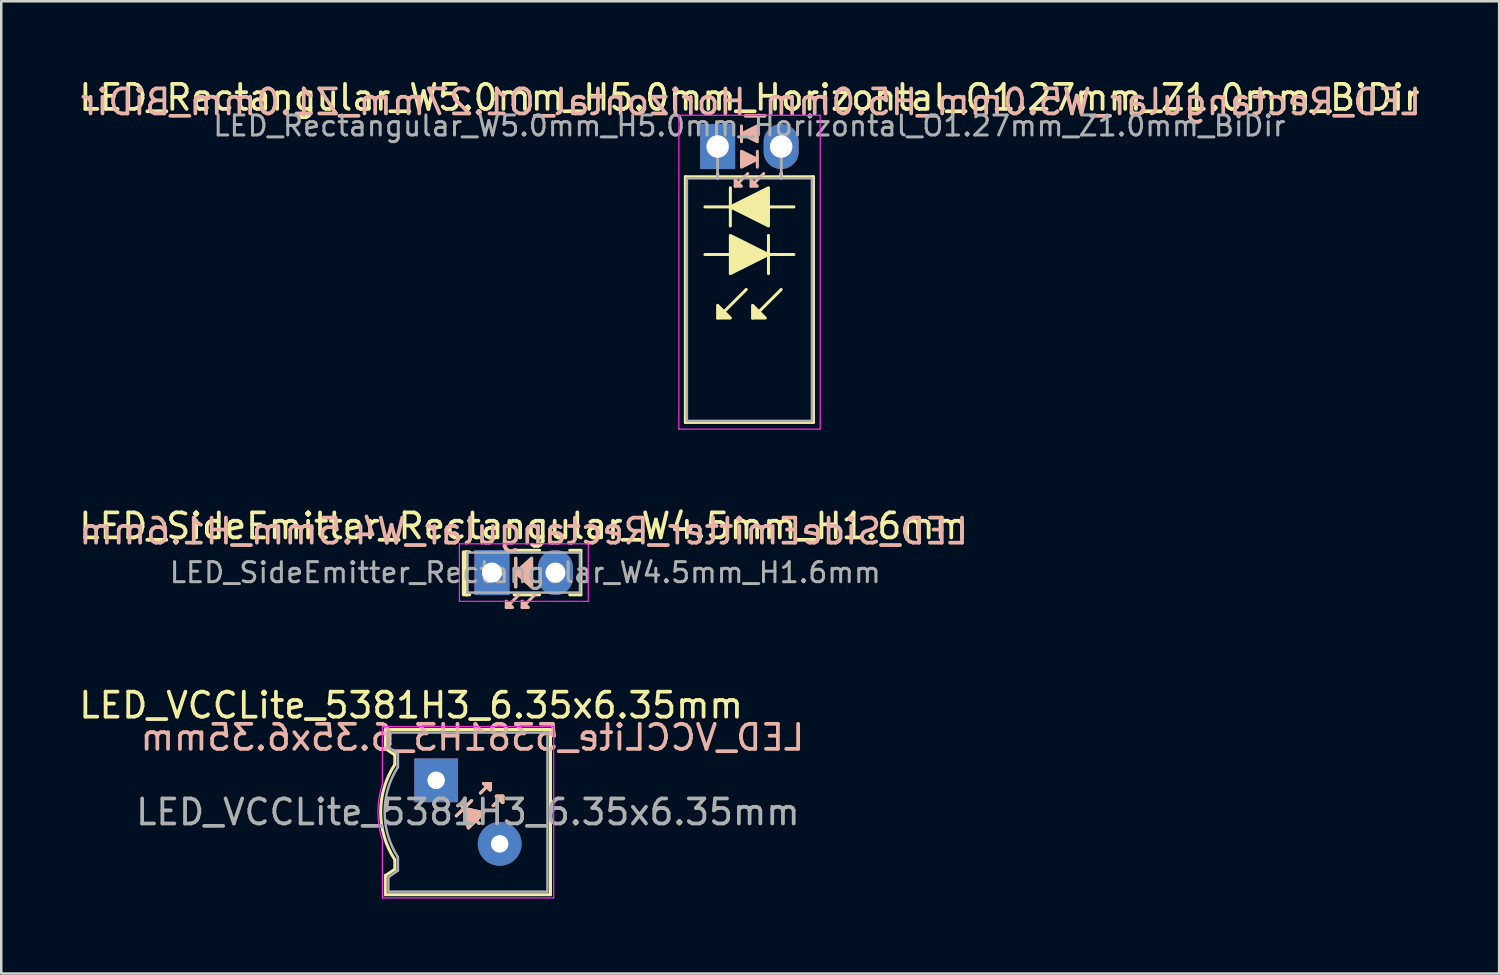
<source format=kicad_pcb>
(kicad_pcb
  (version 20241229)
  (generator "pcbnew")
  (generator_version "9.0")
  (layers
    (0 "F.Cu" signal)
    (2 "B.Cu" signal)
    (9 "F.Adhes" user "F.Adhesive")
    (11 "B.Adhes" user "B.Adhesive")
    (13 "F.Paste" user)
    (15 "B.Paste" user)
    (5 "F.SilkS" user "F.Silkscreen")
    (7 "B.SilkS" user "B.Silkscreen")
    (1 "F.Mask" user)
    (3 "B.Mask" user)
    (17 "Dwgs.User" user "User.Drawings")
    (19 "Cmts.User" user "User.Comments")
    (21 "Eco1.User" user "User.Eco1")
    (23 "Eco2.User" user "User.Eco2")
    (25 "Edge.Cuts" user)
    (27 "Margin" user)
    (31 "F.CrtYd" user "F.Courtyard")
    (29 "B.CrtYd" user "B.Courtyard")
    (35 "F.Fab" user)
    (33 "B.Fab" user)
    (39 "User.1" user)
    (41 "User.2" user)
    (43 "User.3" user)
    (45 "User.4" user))
  (footprint "LED_VCCLite_5381H3_6.35x6.35mm"
    (layer "F.Cu")
    (at 14.387 28.147)
    (property "Reference" "LED_VCCLite_5381H3_6.35x6.35mm" (at -1 -3 0) (layer "F.SilkS") (effects (font (size 1 1) (thickness 0.15))))
    (fp_line (start -2.032 -2.032) (end -2.032 -1.27) (stroke (width 0.12) (type solid)) (layer "F.SilkS"))
    (fp_line (start -2.032 -1.27) (end -1.651 -1.016) (stroke (width 0.12) (type solid)) (layer "F.SilkS"))
    (fp_line (start -2.032 4.572) (end -2.032 3.81) (stroke (width 0.12) (type solid)) (layer "F.SilkS"))
    (fp_line (start -1.651 -1.016) (end -1.651 -0.635) (stroke (width 0.12) (type solid)) (layer "F.SilkS"))
    (fp_line (start -1.651 3.556) (end -2.032 3.81) (stroke (width 0.12) (type solid)) (layer "F.SilkS"))
    (fp_line (start -1.651 3.556) (end -1.651 3.175) (stroke (width 0.12) (type solid)) (layer "F.SilkS"))
    (fp_line (start 1.016 1.016) (end 1.727 1.727) (stroke (width 0.12) (type solid)) (layer "F.SilkS"))
    (fp_line (start 1.118 1.118) (end 0.813 1.422) (stroke (width 0.12) (type solid)) (layer "F.SilkS"))
    (fp_line (start 1.118 1.118) (end 1.422 0.813) (stroke (width 0.12) (type solid)) (layer "F.SilkS"))
    (fp_line (start 1.778 0.508) (end 2.159 0.127) (stroke (width 0.12) (type solid)) (layer "F.SilkS"))
    (fp_line (start 2.159 0.127) (end 1.905 0.127) (stroke (width 0.12) (type solid)) (layer "F.SilkS"))
    (fp_line (start 2.159 0.127) (end 2.159 0.381) (stroke (width 0.12) (type solid)) (layer "F.SilkS"))
    (fp_line (start 2.286 1.016) (end 2.667 0.635) (stroke (width 0.12) (type solid)) (layer "F.SilkS"))
    (fp_line (start 2.667 0.635) (end 2.413 0.635) (stroke (width 0.12) (type solid)) (layer "F.SilkS"))
    (fp_line (start 2.667 0.635) (end 2.667 0.889) (stroke (width 0.12) (type solid)) (layer "F.SilkS"))
    (fp_line (start 4.572 -2.032) (end -2.032 -2.032) (stroke (width 0.12) (type solid)) (layer "F.SilkS"))
    (fp_line (start 4.572 4.572) (end -2.032 4.572) (stroke (width 0.12) (type solid)) (layer "F.SilkS"))
    (fp_line (start 4.572 4.572) (end 4.572 -2.032) (stroke (width 0.12) (type solid)) (layer "F.SilkS"))
    (fp_arc (start -1.651753 3.173843) (mid -2.2173 1.26931) (end -1.650999 -0.634999) (stroke (width 0.12) (type solid)) (layer "F.SilkS"))
    (fp_poly (pts (xy 1.905 1.295) (xy 1.295 1.905) (xy 1.118 1.118)) (stroke (width 0.12) (type solid)) (fill yes) (layer "F.SilkS"))
    (fp_poly (pts (xy 2.159 0.381) (xy 1.905 0.127) (xy 2.159 0.127)) (stroke (width 0.12) (type solid)) (fill yes) (layer "F.SilkS"))
    (fp_poly (pts (xy 2.667 0.889) (xy 2.413 0.635) (xy 2.667 0.635)) (stroke (width 0.12) (type solid)) (fill yes) (layer "F.SilkS"))
    (fp_line (start 1.003 1.016) (end 1.714 1.727) (stroke (width 0.12) (type solid)) (layer "B.SilkS"))
    (fp_line (start 1.105 1.118) (end 0.8 1.422) (stroke (width 0.12) (type solid)) (layer "B.SilkS"))
    (fp_line (start 1.105 1.118) (end 1.41 0.813) (stroke (width 0.12) (type solid)) (layer "B.SilkS"))
    (fp_line (start 1.765 0.508) (end 2.146 0.127) (stroke (width 0.12) (type solid)) (layer "B.SilkS"))
    (fp_line (start 2.146 0.127) (end 1.892 0.127) (stroke (width 0.12) (type solid)) (layer "B.SilkS"))
    (fp_line (start 2.146 0.127) (end 2.146 0.381) (stroke (width 0.12) (type solid)) (layer "B.SilkS"))
    (fp_line (start 2.273 1.016) (end 2.654 0.635) (stroke (width 0.12) (type solid)) (layer "B.SilkS"))
    (fp_line (start 2.654 0.635) (end 2.4 0.635) (stroke (width 0.12) (type solid)) (layer "B.SilkS"))
    (fp_line (start 2.654 0.635) (end 2.654 0.889) (stroke (width 0.12) (type solid)) (layer "B.SilkS"))
    (fp_poly (pts (xy 1.892 1.295) (xy 1.283 1.905) (xy 1.105 1.118)) (stroke (width 0.12) (type solid)) (fill yes) (layer "B.SilkS"))
    (fp_poly (pts (xy 2.146 0.381) (xy 1.892 0.127) (xy 2.146 0.127)) (stroke (width 0.12) (type solid)) (fill yes) (layer "B.SilkS"))
    (fp_poly (pts (xy 2.654 0.889) (xy 2.4 0.635) (xy 2.654 0.635)) (stroke (width 0.12) (type solid)) (fill yes) (layer "B.SilkS"))
    (fp_line (start -2.15 -2.15) (end -2.15 0.15) (stroke (width 0.05) (type solid)) (layer "F.CrtYd"))
    (fp_line (start -2.15 -2.15) (end 4.7 -2.15) (stroke (width 0.05) (type solid)) (layer "F.CrtYd"))
    (fp_line (start -2.15 4.7) (end -2.15 2.4) (stroke (width 0.05) (type solid)) (layer "F.CrtYd"))
    (fp_line (start 4.7 -2.15) (end 4.7 4.7) (stroke (width 0.05) (type solid)) (layer "F.CrtYd"))
    (fp_line (start 4.7 4.7) (end -2.15 4.7) (stroke (width 0.05) (type solid)) (layer "F.CrtYd"))
    (fp_arc (start -2.147033 2.39902) (mid -2.328719 1.274748) (end -2.15 0.15) (stroke (width 0.05) (type solid)) (layer "F.CrtYd"))
    (fp_line (start -1.91 -1.91) (end -1.91 -1.33) (stroke (width 0.1) (type solid)) (layer "F.Fab"))
    (fp_line (start -1.91 -1.91) (end 4.45 -1.91) (stroke (width 0.1) (type solid)) (layer "F.Fab"))
    (fp_line (start -1.91 -1.33) (end -1.53 -1.07) (stroke (width 0.1) (type solid)) (layer "F.Fab"))
    (fp_line (start -1.91 3.87) (end -1.53 3.61) (stroke (width 0.1) (type solid)) (layer "F.Fab"))
    (fp_line (start -1.91 4.45) (end -1.91 3.87) (stroke (width 0.1) (type solid)) (layer "F.Fab"))
    (fp_line (start -1.53 -1.07) (end -1.53 -0.53) (stroke (width 0.1) (type solid)) (layer "F.Fab"))
    (fp_line (start -1.53 3.61) (end -1.53 3.07) (stroke (width 0.1) (type solid)) (layer "F.Fab"))
    (fp_line (start 4.45 -1.91) (end 4.45 4.45) (stroke (width 0.1) (type solid)) (layer "F.Fab"))
    (fp_line (start 4.45 4.45) (end -1.91 4.45) (stroke (width 0.1) (type solid)) (layer "F.Fab"))
    (fp_arc (start -1.538265 3.057078) (mid -2.058655 1.26233) (end -1.53 -0.53) (stroke (width 0.1) (type solid)) (layer "F.Fab"))
    (fp_text user "${REFERENCE}" (at 1.448 -1.714 0) (layer "B.SilkS") (effects (font (size 1 1) (thickness 0.15)) (justify mirror)))
    (fp_text user "${REFERENCE}" (at 1.27 1.27 0) (layer "F.Fab") (effects (font (size 1 1) (thickness 0.15))))
    (pad "1" thru_hole rect (at 0 0 270) (size 1.75 1.75) (drill 0.7) (layers "*.Cu" "*.Mask"))
    (pad "2" thru_hole circle (at 2.54 2.54 270) (size 1.75 1.75) (drill 0.7) (layers "*.Cu" "*.Mask")))
  (footprint "LED_Rectangular_W5.0mm_H5.0mm_Horizontal_O1.27mm_Z1.0mm_BiDir"
    (layer "F.Cu")
    (at 25.641 2.808)
    (property "Reference" "LED_Rectangular_W5.0mm_H5.0mm_Horizontal_O1.27mm_Z1.0mm_BiDir" (at 1.27 -1.96 0) (layer "F.SilkS") (effects (font (size 1 1) (thickness 0.15))))
    (fp_line (start -1.29 1.21) (end -1.29 11.03) (stroke (width 0.12) (type solid)) (layer "F.SilkS"))
    (fp_line (start -1.29 11.03) (end 3.83 11.03) (stroke (width 0.12) (type solid)) (layer "F.SilkS"))
    (fp_line (start -0.508 4.318) (end 0.508 4.318) (stroke (width 0.12) (type solid)) (layer "F.SilkS"))
    (fp_line (start 0 1.08) (end 0 1.08) (stroke (width 0.12) (type solid)) (layer "F.SilkS"))
    (fp_line (start 0 1.08) (end 0 1.21) (stroke (width 0.12) (type solid)) (layer "F.SilkS"))
    (fp_line (start 0 1.21) (end 0 1.08) (stroke (width 0.12) (type solid)) (layer "F.SilkS"))
    (fp_line (start 0 1.21) (end 0 1.21) (stroke (width 0.12) (type solid)) (layer "F.SilkS"))
    (fp_line (start 0.508 1.651) (end 0.508 3.175) (stroke (width 0.12) (type solid)) (layer "F.SilkS"))
    (fp_line (start 0.508 2.413) (end -0.508 2.413) (stroke (width 0.12) (type solid)) (layer "F.SilkS"))
    (fp_line (start 1.143 5.715) (end 0 6.858) (stroke (width 0.12) (type solid)) (layer "F.SilkS"))
    (fp_line (start 2.032 4.318) (end 3.048 4.318) (stroke (width 0.12) (type solid)) (layer "F.SilkS"))
    (fp_line (start 2.032 5.08) (end 2.032 3.556) (stroke (width 0.12) (type solid)) (layer "F.SilkS"))
    (fp_line (start 2.54 1.08) (end 2.54 1.08) (stroke (width 0.12) (type solid)) (layer "F.SilkS"))
    (fp_line (start 2.54 1.08) (end 2.54 1.21) (stroke (width 0.12) (type solid)) (layer "F.SilkS"))
    (fp_line (start 2.54 1.21) (end 2.54 1.08) (stroke (width 0.12) (type solid)) (layer "F.SilkS"))
    (fp_line (start 2.54 1.21) (end 2.54 1.21) (stroke (width 0.12) (type solid)) (layer "F.SilkS"))
    (fp_line (start 2.54 5.715) (end 1.397 6.858) (stroke (width 0.12) (type solid)) (layer "F.SilkS"))
    (fp_line (start 3.048 2.413) (end 2.032 2.413) (stroke (width 0.12) (type solid)) (layer "F.SilkS"))
    (fp_line (start 3.83 1.21) (end -1.29 1.21) (stroke (width 0.12) (type solid)) (layer "F.SilkS"))
    (fp_line (start 3.83 11.03) (end 3.83 1.21) (stroke (width 0.12) (type solid)) (layer "F.SilkS"))
    (fp_poly (pts (xy 0 6.35) (xy 0.508 6.858) (xy 0 6.858)) (stroke (width 0.12) (type solid)) (fill yes) (layer "F.SilkS"))
    (fp_poly (pts (xy 0.508 3.556) (xy 2.032 4.318) (xy 0.508 5.08)) (stroke (width 0.12) (type solid)) (fill yes) (layer "F.SilkS"))
    (fp_poly (pts (xy 1.397 6.35) (xy 1.905 6.858) (xy 1.397 6.858)) (stroke (width 0.12) (type solid)) (fill yes) (layer "F.SilkS"))
    (fp_poly (pts (xy 2.032 3.175) (xy 0.508 2.413) (xy 2.032 1.651)) (stroke (width 0.12) (type solid)) (fill yes) (layer "F.SilkS"))
    (fp_line (start 0.953 -0.826) (end 0.953 -0.191) (stroke (width 0.12) (type solid)) (layer "B.SilkS"))
    (fp_line (start 1.206 1.079) (end 0.699 1.587) (stroke (width 0.12) (type solid)) (layer "B.SilkS"))
    (fp_line (start 1.587 0.826) (end 1.587 0.191) (stroke (width 0.12) (type solid)) (layer "B.SilkS"))
    (fp_line (start 1.841 1.079) (end 1.333 1.587) (stroke (width 0.12) (type solid)) (layer "B.SilkS"))
    (fp_poly (pts (xy 0.699 1.333) (xy 0.953 1.587) (xy 0.699 1.587)) (stroke (width 0.12) (type solid)) (fill yes) (layer "B.SilkS"))
    (fp_poly (pts (xy 0.953 0.191) (xy 1.587 0.508) (xy 0.953 0.826)) (stroke (width 0.12) (type solid)) (fill yes) (layer "B.SilkS"))
    (fp_poly (pts (xy 1.333 1.333) (xy 1.587 1.587) (xy 1.333 1.587)) (stroke (width 0.12) (type solid)) (fill yes) (layer "B.SilkS"))
    (fp_poly (pts (xy 1.587 -0.191) (xy 0.953 -0.508) (xy 1.587 -0.826)) (stroke (width 0.12) (type solid)) (fill yes) (layer "B.SilkS"))
    (fp_line (start -1.55 -1.25) (end -1.55 11.3) (stroke (width 0.05) (type solid)) (layer "F.CrtYd"))
    (fp_line (start -1.55 11.3) (end 4.1 11.3) (stroke (width 0.05) (type solid)) (layer "F.CrtYd"))
    (fp_line (start 4.1 -1.25) (end -1.55 -1.25) (stroke (width 0.05) (type solid)) (layer "F.CrtYd"))
    (fp_line (start 4.1 11.3) (end 4.1 -1.25) (stroke (width 0.05) (type solid)) (layer "F.CrtYd"))
    (fp_line (start -1.23 1.27) (end -1.23 10.97) (stroke (width 0.1) (type solid)) (layer "F.Fab"))
    (fp_line (start -1.23 10.97) (end 3.77 10.97) (stroke (width 0.1) (type solid)) (layer "F.Fab"))
    (fp_line (start 0 0) (end 0 0) (stroke (width 0.1) (type solid)) (layer "F.Fab"))
    (fp_line (start 0 0) (end 0 1.27) (stroke (width 0.1) (type solid)) (layer "F.Fab"))
    (fp_line (start 0 1.27) (end 0 0) (stroke (width 0.1) (type solid)) (layer "F.Fab"))
    (fp_line (start 0 1.27) (end 0 1.27) (stroke (width 0.1) (type solid)) (layer "F.Fab"))
    (fp_line (start 2.54 0) (end 2.54 0) (stroke (width 0.1) (type solid)) (layer "F.Fab"))
    (fp_line (start 2.54 0) (end 2.54 1.27) (stroke (width 0.1) (type solid)) (layer "F.Fab"))
    (fp_line (start 2.54 1.27) (end 2.54 0) (stroke (width 0.1) (type solid)) (layer "F.Fab"))
    (fp_line (start 2.54 1.27) (end 2.54 1.27) (stroke (width 0.1) (type solid)) (layer "F.Fab"))
    (fp_line (start 3.77 1.27) (end -1.23 1.27) (stroke (width 0.1) (type solid)) (layer "F.Fab"))
    (fp_line (start 3.77 10.97) (end 3.77 1.27) (stroke (width 0.1) (type solid)) (layer "F.Fab"))
    (fp_text user "${REFERENCE}" (at 1.333 -1.778 0) (layer "B.SilkS") (effects (font (size 1 1) (thickness 0.15)) (justify mirror)))
    (fp_text user "${REFERENCE}" (at 1.27 -0.826 0) (layer "F.Fab") (effects (font (size 0.8 0.8) (thickness 0.12))))
    (pad "1" thru_hole rect (at 0 0) (size 1.4 1.8) (drill 0.9) (layers "*.Cu" "*.Mask"))
    (pad "2" thru_hole oval (at 2.54 0) (size 1.4 1.8) (drill 0.9) (layers "*.Cu" "*.Mask")))
  (footprint "LED_SideEmitter_Rectangular_W4.5mm_H1.6mm"
    (layer "F.Cu")
    (at 16.617 19.841)
    (property "Reference" "LED_SideEmitter_Rectangular_W4.5mm_H1.6mm" (at 1.27 -1.86 0) (layer "F.SilkS") (effects (font (size 1 1) (thickness 0.15))))
    (fp_line (start -1.016 -0.826) (end -0.889 -0.826) (stroke (width 0.12) (type solid)) (layer "F.SilkS"))
    (fp_line (start -1.016 0.889) (end -1.016 -0.826) (stroke (width 0.12) (type solid)) (layer "F.SilkS"))
    (fp_line (start -0.889 0.889) (end -1.016 0.889) (stroke (width 0.12) (type solid)) (layer "F.SilkS"))
    (fp_line (start 0.953 -0.572) (end 0.953 0.572) (stroke (width 0.12) (type solid)) (layer "F.SilkS"))
    (fp_line (start 1.905 -0.889) (end 0.889 -0.889) (stroke (width 0.12) (type solid)) (layer "F.SilkS"))
    (fp_line (start 1.905 0.889) (end 0.889 0.889) (stroke (width 0.12) (type solid)) (layer "F.SilkS"))
    (fp_line (start 3.111 -0.889) (end 3.556 -0.889) (stroke (width 0.12) (type solid)) (layer "F.SilkS"))
    (fp_line (start 3.556 -0.889) (end 3.556 0.889) (stroke (width 0.12) (type solid)) (layer "F.SilkS"))
    (fp_line (start 3.556 0.889) (end 3.111 0.889) (stroke (width 0.12) (type solid)) (layer "F.SilkS"))
    (fp_rect (start -1.143 -0.826) (end -1.016 0.889) (stroke (width 0.12) (type solid)) (fill yes) (layer "F.SilkS"))
    (fp_poly (pts (xy 1.587 0.572) (xy 0.953 0) (xy 1.587 -0.572)) (stroke (width 0.12) (type solid)) (fill yes) (layer "F.SilkS"))
    (fp_line (start 0.953 -0.572) (end 0.953 0.572) (stroke (width 0.12) (type solid)) (layer "B.SilkS"))
    (fp_line (start 1.079 0.889) (end 0.572 1.397) (stroke (width 0.12) (type solid)) (layer "B.SilkS"))
    (fp_line (start 1.714 0.889) (end 1.206 1.397) (stroke (width 0.12) (type solid)) (layer "B.SilkS"))
    (fp_poly (pts (xy 0.572 1.143) (xy 0.826 1.397) (xy 0.572 1.397)) (stroke (width 0.12) (type solid)) (fill yes) (layer "B.SilkS"))
    (fp_poly (pts (xy 1.206 1.143) (xy 1.46 1.397) (xy 1.206 1.397)) (stroke (width 0.12) (type solid)) (fill yes) (layer "B.SilkS"))
    (fp_poly (pts (xy 1.587 0.572) (xy 0.953 0) (xy 1.587 -0.572)) (stroke (width 0.12) (type solid)) (fill yes) (layer "B.SilkS"))
    (fp_line (start -1.3 -1.15) (end -1.3 1.15) (stroke (width 0.05) (type solid)) (layer "F.CrtYd"))
    (fp_line (start -1.3 1.15) (end 3.85 1.15) (stroke (width 0.05) (type solid)) (layer "F.CrtYd"))
    (fp_line (start 3.85 -1.15) (end -1.3 -1.15) (stroke (width 0.05) (type solid)) (layer "F.CrtYd"))
    (fp_line (start 3.85 1.15) (end 3.85 -1.15) (stroke (width 0.05) (type solid)) (layer "F.CrtYd"))
    (fp_line (start -0.98 -0.8) (end -0.98 0.8) (stroke (width 0.1) (type solid)) (layer "F.Fab"))
    (fp_line (start -0.98 0.8) (end 3.52 0.8) (stroke (width 0.1) (type solid)) (layer "F.Fab"))
    (fp_line (start 3.52 -0.8) (end -0.98 -0.8) (stroke (width 0.1) (type solid)) (layer "F.Fab"))
    (fp_line (start 3.52 0.8) (end 3.52 -0.8) (stroke (width 0.1) (type solid)) (layer "F.Fab"))
    (fp_text user "${REFERENCE}" (at 1.27 -1.651 0) (layer "B.SilkS") (effects (font (size 1 1) (thickness 0.15)) (justify mirror)))
    (fp_text user "${REFERENCE}" (at 1.333 0 0) (layer "F.Fab") (effects (font (size 0.8 0.8) (thickness 0.12))))
    (pad "1" thru_hole rect (at 0 0) (size 1.4 1.8) (drill 0.8) (layers "*.Cu" "*.Mask"))
    (pad "2" thru_hole oval (at 2.54 0) (size 1.4 1.8) (drill 0.8) (layers "*.Cu" "*.Mask")))
  (gr_rect
    (start -3 -3)
    (end 56.885 35.872)
    (stroke (width 0.1) (type default))
    (fill no)
    (layer "Edge.Cuts")))
</source>
